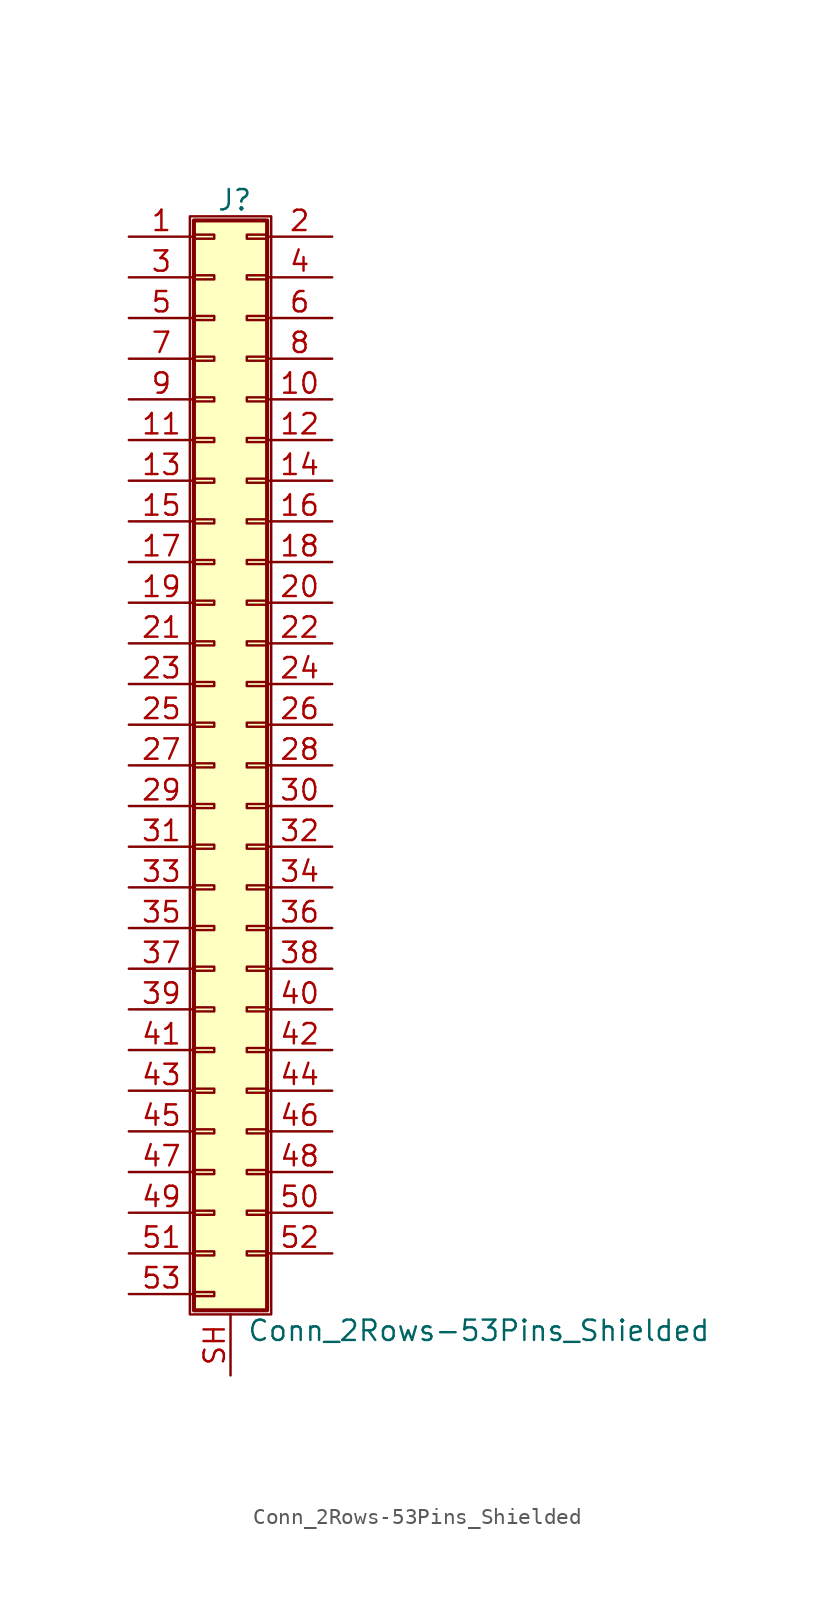
<source format=kicad_sym>
(kicad_symbol_lib
  (version 20201005)
  (generator kicad_symbol_editor)
  (symbol "Conn_2Rows-53Pins_Shielded"
    (pin_names
      (offset 1.016) hide)
    (property "Reference" "J"
      (at 1.524 35.306 0)
      (effects (font (size 1.27 1.27))))
    (property "Value" "Conn_2Rows-53Pins_Shielded"
      (at 2.286 -35.306 0)
      (effects (font (size 1.27 1.27)) (justify left)))
    (symbol "Conn_2Rows-53Pins_Shielded_1_1"
      (rectangle (start -1.27 34.29) (end 3.81 -34.29) (stroke (width 0.152)) (fill (type none)))
      (rectangle (start -1.016 -32.893) (end 0.254 -33.147) (stroke (width 0.152)) (fill (type none)))
      (rectangle (start -1.016 -30.353) (end 0.254 -30.607) (stroke (width 0.152)) (fill (type none)))
      (rectangle (start -1.016 -27.813) (end 0.254 -28.067) (stroke (width 0.152)) (fill (type none)))
      (rectangle (start -1.016 -25.273) (end 0.254 -25.527) (stroke (width 0.152)) (fill (type none)))
      (rectangle (start -1.016 -22.733) (end 0.254 -22.987) (stroke (width 0.152)) (fill (type none)))
      (rectangle (start -1.016 -20.193) (end 0.254 -20.447) (stroke (width 0.152)) (fill (type none)))
      (rectangle (start -1.016 -17.653) (end 0.254 -17.907) (stroke (width 0.152)) (fill (type none)))
      (rectangle (start -1.016 -15.113) (end 0.254 -15.367) (stroke (width 0.152)) (fill (type none)))
      (rectangle (start -1.016 -12.573) (end 0.254 -12.827) (stroke (width 0.152)) (fill (type none)))
      (rectangle (start -1.016 -10.033) (end 0.254 -10.287) (stroke (width 0.152)) (fill (type none)))
      (rectangle (start -1.016 -7.493) (end 0.254 -7.747) (stroke (width 0.152)) (fill (type none)))
      (rectangle (start -1.016 -4.953) (end 0.254 -5.207) (stroke (width 0.152)) (fill (type none)))
      (rectangle (start -1.016 -2.413) (end 0.254 -2.667) (stroke (width 0.152)) (fill (type none)))
      (rectangle (start -1.016 0.127) (end 0.254 -0.127) (stroke (width 0.152)) (fill (type none)))
      (rectangle (start -1.016 2.667) (end 0.254 2.413) (stroke (width 0.152)) (fill (type none)))
      (rectangle (start -1.016 5.207) (end 0.254 4.953) (stroke (width 0.152)) (fill (type none)))
      (rectangle (start -1.016 7.747) (end 0.254 7.493) (stroke (width 0.152)) (fill (type none)))
      (rectangle (start -1.016 10.287) (end 0.254 10.033) (stroke (width 0.152)) (fill (type none)))
      (rectangle (start -1.016 12.827) (end 0.254 12.573) (stroke (width 0.152)) (fill (type none)))
      (rectangle (start -1.016 15.367) (end 0.254 15.113) (stroke (width 0.152)) (fill (type none)))
      (rectangle (start -1.016 17.907) (end 0.254 17.653) (stroke (width 0.152)) (fill (type none)))
      (rectangle (start -1.016 20.447) (end 0.254 20.193) (stroke (width 0.152)) (fill (type none)))
      (rectangle (start -1.016 22.987) (end 0.254 22.733) (stroke (width 0.152)) (fill (type none)))
      (rectangle (start -1.016 25.527) (end 0.254 25.273) (stroke (width 0.152)) (fill (type none)))
      (rectangle (start -1.016 28.067) (end 0.254 27.813) (stroke (width 0.152)) (fill (type none)))
      (rectangle (start -1.016 30.607) (end 0.254 30.353) (stroke (width 0.152)) (fill (type none)))
      (rectangle (start -1.016 33.147) (end 0.254 32.893) (stroke (width 0.152)) (fill (type none)))
      (rectangle (start -1.016 34.036) (end 3.556 -34.036) (stroke (width 0.254)) (fill (type background)))
      (rectangle (start 3.556 -30.353) (end 2.286 -30.607) (stroke (width 0.152)) (fill (type none)))
      (rectangle (start 3.556 -27.813) (end 2.286 -28.067) (stroke (width 0.152)) (fill (type none)))
      (rectangle (start 3.556 -25.273) (end 2.286 -25.527) (stroke (width 0.152)) (fill (type none)))
      (rectangle (start 3.556 -22.733) (end 2.286 -22.987) (stroke (width 0.152)) (fill (type none)))
      (rectangle (start 3.556 -20.193) (end 2.286 -20.447) (stroke (width 0.152)) (fill (type none)))
      (rectangle (start 3.556 -17.653) (end 2.286 -17.907) (stroke (width 0.152)) (fill (type none)))
      (rectangle (start 3.556 -15.113) (end 2.286 -15.367) (stroke (width 0.152)) (fill (type none)))
      (rectangle (start 3.556 -12.573) (end 2.286 -12.827) (stroke (width 0.152)) (fill (type none)))
      (rectangle (start 3.556 -10.033) (end 2.286 -10.287) (stroke (width 0.152)) (fill (type none)))
      (rectangle (start 3.556 -7.493) (end 2.286 -7.747) (stroke (width 0.152)) (fill (type none)))
      (rectangle (start 3.556 -4.953) (end 2.286 -5.207) (stroke (width 0.152)) (fill (type none)))
      (rectangle (start 3.556 -2.413) (end 2.286 -2.667) (stroke (width 0.152)) (fill (type none)))
      (rectangle (start 3.556 0.127) (end 2.286 -0.127) (stroke (width 0.152)) (fill (type none)))
      (rectangle (start 3.556 2.667) (end 2.286 2.413) (stroke (width 0.152)) (fill (type none)))
      (rectangle (start 3.556 5.207) (end 2.286 4.953) (stroke (width 0.152)) (fill (type none)))
      (rectangle (start 3.556 7.747) (end 2.286 7.493) (stroke (width 0.152)) (fill (type none)))
      (rectangle (start 3.556 10.287) (end 2.286 10.033) (stroke (width 0.152)) (fill (type none)))
      (rectangle (start 3.556 12.827) (end 2.286 12.573) (stroke (width 0.152)) (fill (type none)))
      (rectangle (start 3.556 15.367) (end 2.286 15.113) (stroke (width 0.152)) (fill (type none)))
      (rectangle (start 3.556 17.907) (end 2.286 17.653) (stroke (width 0.152)) (fill (type none)))
      (rectangle (start 3.556 20.447) (end 2.286 20.193) (stroke (width 0.152)) (fill (type none)))
      (rectangle (start 3.556 22.987) (end 2.286 22.733) (stroke (width 0.152)) (fill (type none)))
      (rectangle (start 3.556 25.527) (end 2.286 25.273) (stroke (width 0.152)) (fill (type none)))
      (rectangle (start 3.556 28.067) (end 2.286 27.813) (stroke (width 0.152)) (fill (type none)))
      (rectangle (start 3.556 30.607) (end 2.286 30.353) (stroke (width 0.152)) (fill (type none)))
      (rectangle (start 3.556 33.147) (end 2.286 32.893) (stroke (width 0.152)) (fill (type none)))
      (pin passive line (at -5.08 33.02 0) (length 4.064) (name "Pin_1" (effects (font (size 1.27 1.27)))) (number "1" (effects (font (size 1.27 1.27)))))
      (pin passive line (at 7.62 22.86 180) (length 4.064) (name "Pin_10" (effects (font (size 1.27 1.27)))) (number "10" (effects (font (size 1.27 1.27)))))
      (pin passive line (at -5.08 20.32 0) (length 4.064) (name "Pin_11" (effects (font (size 1.27 1.27)))) (number "11" (effects (font (size 1.27 1.27)))))
      (pin passive line (at 7.62 20.32 180) (length 4.064) (name "Pin_12" (effects (font (size 1.27 1.27)))) (number "12" (effects (font (size 1.27 1.27)))))
      (pin passive line (at -5.08 17.78 0) (length 4.064) (name "Pin_13" (effects (font (size 1.27 1.27)))) (number "13" (effects (font (size 1.27 1.27)))))
      (pin passive line (at 7.62 17.78 180) (length 4.064) (name "Pin_14" (effects (font (size 1.27 1.27)))) (number "14" (effects (font (size 1.27 1.27)))))
      (pin passive line (at -5.08 15.24 0) (length 4.064) (name "Pin_15" (effects (font (size 1.27 1.27)))) (number "15" (effects (font (size 1.27 1.27)))))
      (pin passive line (at 7.62 15.24 180) (length 4.064) (name "Pin_16" (effects (font (size 1.27 1.27)))) (number "16" (effects (font (size 1.27 1.27)))))
      (pin passive line (at -5.08 12.7 0) (length 4.064) (name "Pin_17" (effects (font (size 1.27 1.27)))) (number "17" (effects (font (size 1.27 1.27)))))
      (pin passive line (at 7.62 12.7 180) (length 4.064) (name "Pin_18" (effects (font (size 1.27 1.27)))) (number "18" (effects (font (size 1.27 1.27)))))
      (pin passive line (at -5.08 10.16 0) (length 4.064) (name "Pin_19" (effects (font (size 1.27 1.27)))) (number "19" (effects (font (size 1.27 1.27)))))
      (pin passive line (at 7.62 33.02 180) (length 4.064) (name "Pin_2" (effects (font (size 1.27 1.27)))) (number "2" (effects (font (size 1.27 1.27)))))
      (pin passive line (at 7.62 10.16 180) (length 4.064) (name "Pin_20" (effects (font (size 1.27 1.27)))) (number "20" (effects (font (size 1.27 1.27)))))
      (pin passive line (at -5.08 7.62 0) (length 4.064) (name "Pin_21" (effects (font (size 1.27 1.27)))) (number "21" (effects (font (size 1.27 1.27)))))
      (pin passive line (at 7.62 7.62 180) (length 4.064) (name "Pin_22" (effects (font (size 1.27 1.27)))) (number "22" (effects (font (size 1.27 1.27)))))
      (pin passive line (at -5.08 5.08 0) (length 4.064) (name "Pin_23" (effects (font (size 1.27 1.27)))) (number "23" (effects (font (size 1.27 1.27)))))
      (pin passive line (at 7.62 5.08 180) (length 4.064) (name "Pin_24" (effects (font (size 1.27 1.27)))) (number "24" (effects (font (size 1.27 1.27)))))
      (pin passive line (at -5.08 2.54 0) (length 4.064) (name "Pin_25" (effects (font (size 1.27 1.27)))) (number "25" (effects (font (size 1.27 1.27)))))
      (pin passive line (at 7.62 2.54 180) (length 4.064) (name "Pin_26" (effects (font (size 1.27 1.27)))) (number "26" (effects (font (size 1.27 1.27)))))
      (pin passive line (at -5.08 0 0) (length 4.064) (name "Pin_27" (effects (font (size 1.27 1.27)))) (number "27" (effects (font (size 1.27 1.27)))))
      (pin passive line (at 7.62 0 180) (length 4.064) (name "Pin_28" (effects (font (size 1.27 1.27)))) (number "28" (effects (font (size 1.27 1.27)))))
      (pin passive line (at -5.08 -2.54 0) (length 4.064) (name "Pin_29" (effects (font (size 1.27 1.27)))) (number "29" (effects (font (size 1.27 1.27)))))
      (pin passive line (at -5.08 30.48 0) (length 4.064) (name "Pin_3" (effects (font (size 1.27 1.27)))) (number "3" (effects (font (size 1.27 1.27)))))
      (pin passive line (at 7.62 -2.54 180) (length 4.064) (name "Pin_30" (effects (font (size 1.27 1.27)))) (number "30" (effects (font (size 1.27 1.27)))))
      (pin passive line (at -5.08 -5.08 0) (length 4.064) (name "Pin_31" (effects (font (size 1.27 1.27)))) (number "31" (effects (font (size 1.27 1.27)))))
      (pin passive line (at 7.62 -5.08 180) (length 4.064) (name "Pin_32" (effects (font (size 1.27 1.27)))) (number "32" (effects (font (size 1.27 1.27)))))
      (pin passive line (at -5.08 -7.62 0) (length 4.064) (name "Pin_33" (effects (font (size 1.27 1.27)))) (number "33" (effects (font (size 1.27 1.27)))))
      (pin passive line (at 7.62 -7.62 180) (length 4.064) (name "Pin_34" (effects (font (size 1.27 1.27)))) (number "34" (effects (font (size 1.27 1.27)))))
      (pin passive line (at -5.08 -10.16 0) (length 4.064) (name "Pin_35" (effects (font (size 1.27 1.27)))) (number "35" (effects (font (size 1.27 1.27)))))
      (pin passive line (at 7.62 -10.16 180) (length 4.064) (name "Pin_36" (effects (font (size 1.27 1.27)))) (number "36" (effects (font (size 1.27 1.27)))))
      (pin passive line (at -5.08 -12.7 0) (length 4.064) (name "Pin_37" (effects (font (size 1.27 1.27)))) (number "37" (effects (font (size 1.27 1.27)))))
      (pin passive line (at 7.62 -12.7 180) (length 4.064) (name "Pin_38" (effects (font (size 1.27 1.27)))) (number "38" (effects (font (size 1.27 1.27)))))
      (pin passive line (at -5.08 -15.24 0) (length 4.064) (name "Pin_39" (effects (font (size 1.27 1.27)))) (number "39" (effects (font (size 1.27 1.27)))))
      (pin passive line (at 7.62 30.48 180) (length 4.064) (name "Pin_4" (effects (font (size 1.27 1.27)))) (number "4" (effects (font (size 1.27 1.27)))))
      (pin passive line (at 7.62 -15.24 180) (length 4.064) (name "Pin_40" (effects (font (size 1.27 1.27)))) (number "40" (effects (font (size 1.27 1.27)))))
      (pin passive line (at -5.08 -17.78 0) (length 4.064) (name "Pin_41" (effects (font (size 1.27 1.27)))) (number "41" (effects (font (size 1.27 1.27)))))
      (pin passive line (at 7.62 -17.78 180) (length 4.064) (name "Pin_42" (effects (font (size 1.27 1.27)))) (number "42" (effects (font (size 1.27 1.27)))))
      (pin passive line (at -5.08 -20.32 0) (length 4.064) (name "Pin_43" (effects (font (size 1.27 1.27)))) (number "43" (effects (font (size 1.27 1.27)))))
      (pin passive line (at 7.62 -20.32 180) (length 4.064) (name "Pin_44" (effects (font (size 1.27 1.27)))) (number "44" (effects (font (size 1.27 1.27)))))
      (pin passive line (at -5.08 -22.86 0) (length 4.064) (name "Pin_45" (effects (font (size 1.27 1.27)))) (number "45" (effects (font (size 1.27 1.27)))))
      (pin passive line (at 7.62 -22.86 180) (length 4.064) (name "Pin_46" (effects (font (size 1.27 1.27)))) (number "46" (effects (font (size 1.27 1.27)))))
      (pin passive line (at -5.08 -25.4 0) (length 4.064) (name "Pin_47" (effects (font (size 1.27 1.27)))) (number "47" (effects (font (size 1.27 1.27)))))
      (pin passive line (at 7.62 -25.4 180) (length 4.064) (name "Pin_48" (effects (font (size 1.27 1.27)))) (number "48" (effects (font (size 1.27 1.27)))))
      (pin passive line (at -5.08 -27.94 0) (length 4.064) (name "Pin_49" (effects (font (size 1.27 1.27)))) (number "49" (effects (font (size 1.27 1.27)))))
      (pin passive line (at -5.08 27.94 0) (length 4.064) (name "Pin_5" (effects (font (size 1.27 1.27)))) (number "5" (effects (font (size 1.27 1.27)))))
      (pin passive line (at 7.62 -27.94 180) (length 4.064) (name "Pin_50" (effects (font (size 1.27 1.27)))) (number "50" (effects (font (size 1.27 1.27)))))
      (pin passive line (at -5.08 -30.48 0) (length 4.064) (name "Pin_51" (effects (font (size 1.27 1.27)))) (number "51" (effects (font (size 1.27 1.27)))))
      (pin passive line (at 7.62 -30.48 180) (length 4.064) (name "Pin_52" (effects (font (size 1.27 1.27)))) (number "52" (effects (font (size 1.27 1.27)))))
      (pin passive line (at -5.08 -33.02 0) (length 4.064) (name "Pin_53" (effects (font (size 1.27 1.27)))) (number "53" (effects (font (size 1.27 1.27)))))
      (pin passive line (at 7.62 27.94 180) (length 4.064) (name "Pin_6" (effects (font (size 1.27 1.27)))) (number "6" (effects (font (size 1.27 1.27)))))
      (pin passive line (at -5.08 25.4 0) (length 4.064) (name "Pin_7" (effects (font (size 1.27 1.27)))) (number "7" (effects (font (size 1.27 1.27)))))
      (pin passive line (at 7.62 25.4 180) (length 4.064) (name "Pin_8" (effects (font (size 1.27 1.27)))) (number "8" (effects (font (size 1.27 1.27)))))
      (pin passive line (at -5.08 22.86 0) (length 4.064) (name "Pin_9" (effects (font (size 1.27 1.27)))) (number "9" (effects (font (size 1.27 1.27)))))
      (pin passive line (at 1.27 -38.1 90) (length 3.81) (name "Shield" (effects (font (size 1.27 1.27)))) (number "SH" (effects (font (size 1.27 1.27))))))))
</source>
